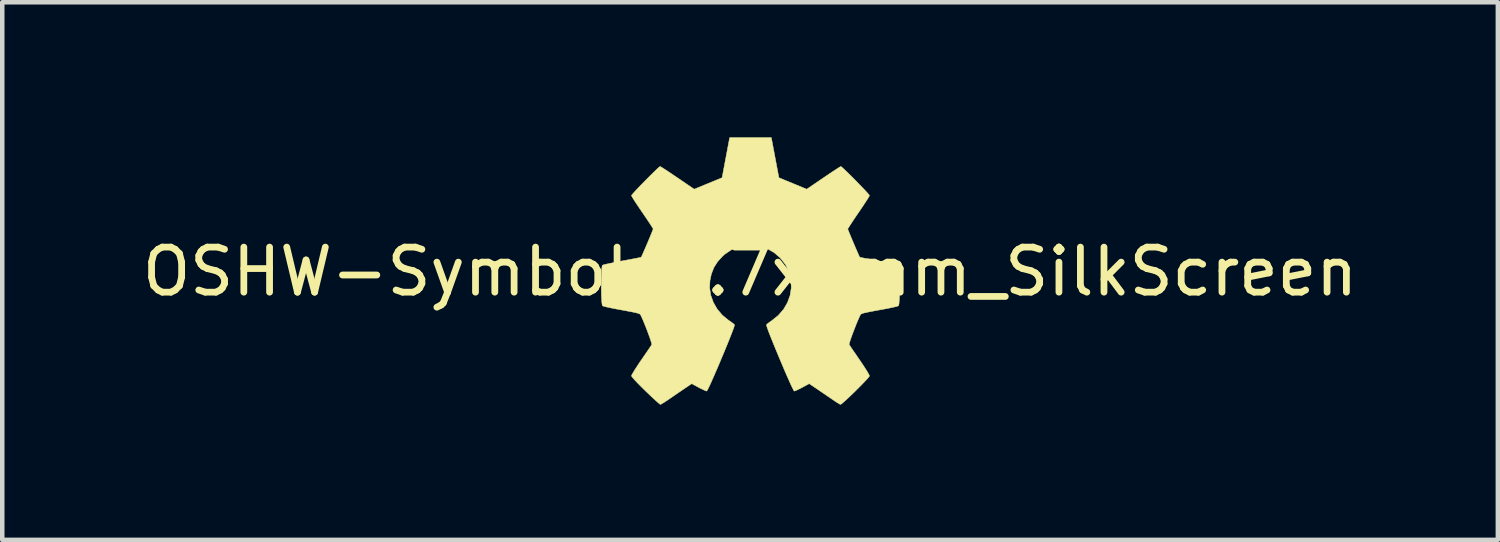
<source format=kicad_pcb>
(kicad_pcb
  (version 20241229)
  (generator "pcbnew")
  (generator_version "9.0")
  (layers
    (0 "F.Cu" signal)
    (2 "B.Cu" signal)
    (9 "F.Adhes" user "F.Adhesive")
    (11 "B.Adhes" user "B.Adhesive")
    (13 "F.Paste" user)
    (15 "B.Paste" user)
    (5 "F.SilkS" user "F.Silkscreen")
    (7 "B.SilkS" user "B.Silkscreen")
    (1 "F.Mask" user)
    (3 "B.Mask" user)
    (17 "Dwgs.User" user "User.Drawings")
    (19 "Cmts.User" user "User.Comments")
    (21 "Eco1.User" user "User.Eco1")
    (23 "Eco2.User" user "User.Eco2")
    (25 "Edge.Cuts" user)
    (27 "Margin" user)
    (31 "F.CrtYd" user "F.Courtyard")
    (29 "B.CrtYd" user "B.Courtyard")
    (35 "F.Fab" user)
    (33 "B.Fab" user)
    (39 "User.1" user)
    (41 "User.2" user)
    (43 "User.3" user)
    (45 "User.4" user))
  (footprint "OSHW-Symbol_6.7x6mm_SilkScreen"
    (layer "F.Cu")
    (at 13.601 2.981)
    (property "Reference" "OSHW-Symbol_6.7x6mm_SilkScreen" (at 0 0 0) (layer "F.SilkS") (effects (font (size 1 1) (thickness 0.15))))
    (attr exclude_from_pos_files exclude_from_bom)
    (fp_poly (pts (xy 0.556 -2.531) (xy 0.64 -2.086) (xy 0.949 -1.959) (xy 1.258 -1.831) (xy 1.629 -2.084) (xy 1.733 -2.154) (xy 1.827 -2.217) (xy 1.907 -2.269) (xy 1.967 -2.308) (xy 2.005 -2.331) (xy 2.015 -2.336) (xy 2.034 -2.323) (xy 2.073 -2.288) (xy 2.13 -2.235) (xy 2.198 -2.168) (xy 2.274 -2.093) (xy 2.353 -2.013) (xy 2.431 -1.932) (xy 2.504 -1.857) (xy 2.567 -1.79) (xy 2.615 -1.737) (xy 2.644 -1.702) (xy 2.651 -1.69) (xy 2.641 -1.669) (xy 2.613 -1.621) (xy 2.569 -1.553) (xy 2.513 -1.468) (xy 2.448 -1.371) (xy 2.41 -1.316) (xy 2.341 -1.215) (xy 2.28 -1.124) (xy 2.23 -1.047) (xy 2.193 -0.989) (xy 2.172 -0.955) (xy 2.169 -0.948) (xy 2.176 -0.927) (xy 2.195 -0.879) (xy 2.223 -0.811) (xy 2.257 -0.729) (xy 2.295 -0.64) (xy 2.333 -0.55) (xy 2.369 -0.467) (xy 2.4 -0.396) (xy 2.423 -0.346) (xy 2.435 -0.322) (xy 2.436 -0.321) (xy 2.455 -0.316) (xy 2.505 -0.306) (xy 2.581 -0.291) (xy 2.678 -0.272) (xy 2.791 -0.251) (xy 2.856 -0.239) (xy 2.977 -0.216) (xy 3.086 -0.194) (xy 3.177 -0.174) (xy 3.246 -0.158) (xy 3.287 -0.147) (xy 3.296 -0.143) (xy 3.304 -0.119) (xy 3.31 -0.064) (xy 3.315 0.015) (xy 3.318 0.112) (xy 3.32 0.22) (xy 3.321 0.333) (xy 3.319 0.445) (xy 3.317 0.549) (xy 3.312 0.638) (xy 3.307 0.707) (xy 3.299 0.748) (xy 3.295 0.757) (xy 3.269 0.767) (xy 3.213 0.782) (xy 3.136 0.799) (xy 3.044 0.818) (xy 3.012 0.824) (xy 2.858 0.852) (xy 2.735 0.875) (xy 2.642 0.893) (xy 2.572 0.908) (xy 2.523 0.919) (xy 2.491 0.929) (xy 2.471 0.938) (xy 2.459 0.947) (xy 2.457 0.948) (xy 2.44 0.976) (xy 2.415 1.031) (xy 2.383 1.105) (xy 2.347 1.192) (xy 2.311 1.286) (xy 2.275 1.379) (xy 2.244 1.466) (xy 2.219 1.539) (xy 2.203 1.592) (xy 2.199 1.618) (xy 2.2 1.619) (xy 2.214 1.64) (xy 2.245 1.687) (xy 2.291 1.755) (xy 2.349 1.838) (xy 2.413 1.933) (xy 2.432 1.96) (xy 2.498 2.057) (xy 2.556 2.146) (xy 2.603 2.221) (xy 2.635 2.278) (xy 2.651 2.311) (xy 2.651 2.315) (xy 2.638 2.336) (xy 2.603 2.377) (xy 2.549 2.435) (xy 2.482 2.505) (xy 2.406 2.582) (xy 2.326 2.662) (xy 2.245 2.74) (xy 2.17 2.811) (xy 2.103 2.872) (xy 2.051 2.918) (xy 2.017 2.944) (xy 2.008 2.948) (xy 1.986 2.938) (xy 1.941 2.911) (xy 1.88 2.872) (xy 1.834 2.84) (xy 1.749 2.782) (xy 1.65 2.714) (xy 1.549 2.646) (xy 1.496 2.609) (xy 1.313 2.486) (xy 1.16 2.569) (xy 1.091 2.605) (xy 1.031 2.633) (xy 0.991 2.649) (xy 0.981 2.651) (xy 0.969 2.635) (xy 0.945 2.588) (xy 0.91 2.516) (xy 0.868 2.422) (xy 0.818 2.31) (xy 0.764 2.186) (xy 0.708 2.053) (xy 0.65 1.916) (xy 0.593 1.779) (xy 0.538 1.646) (xy 0.488 1.522) (xy 0.443 1.411) (xy 0.407 1.317) (xy 0.381 1.244) (xy 0.366 1.197) (xy 0.363 1.181) (xy 0.382 1.16) (xy 0.424 1.127) (xy 0.48 1.088) (xy 0.484 1.085) (xy 0.628 0.969) (xy 0.744 0.835) (xy 0.831 0.686) (xy 0.889 0.526) (xy 0.915 0.36) (xy 0.91 0.192) (xy 0.871 0.026) (xy 0.799 -0.134) (xy 0.778 -0.169) (xy 0.667 -0.309) (xy 0.536 -0.422) (xy 0.39 -0.507) (xy 0.233 -0.563) (xy 0.069 -0.589) (xy -0.097 -0.585) (xy -0.26 -0.551) (xy -0.416 -0.485) (xy -0.56 -0.388) (xy -0.605 -0.348) (xy -0.719 -0.224) (xy -0.802 -0.094) (xy -0.859 0.052) (xy -0.89 0.197) (xy -0.898 0.36) (xy -0.872 0.523) (xy -0.815 0.682) (xy -0.729 0.831) (xy -0.617 0.964) (xy -0.482 1.075) (xy -0.464 1.087) (xy -0.408 1.126) (xy -0.365 1.159) (xy -0.345 1.18) (xy -0.344 1.181) (xy -0.349 1.204) (xy -0.366 1.256) (xy -0.395 1.333) (xy -0.433 1.431) (xy -0.478 1.545) (xy -0.53 1.672) (xy -0.585 1.806) (xy -0.643 1.943) (xy -0.7 2.08) (xy -0.757 2.211) (xy -0.81 2.333) (xy -0.858 2.441) (xy -0.899 2.532) (xy -0.932 2.599) (xy -0.954 2.64) (xy -0.963 2.651) (xy -0.99 2.643) (xy -1.04 2.62) (xy -1.106 2.588) (xy -1.142 2.569) (xy -1.295 2.486) (xy -1.477 2.609) (xy -1.57 2.672) (xy -1.672 2.742) (xy -1.767 2.807) (xy -1.815 2.84) (xy -1.882 2.885) (xy -1.939 2.921) (xy -1.979 2.943) (xy -1.991 2.948) (xy -2.01 2.935) (xy -2.051 2.9) (xy -2.11 2.847) (xy -2.185 2.778) (xy -2.269 2.698) (xy -2.323 2.646) (xy -2.416 2.554) (xy -2.497 2.472) (xy -2.562 2.403) (xy -2.608 2.351) (xy -2.631 2.319) (xy -2.633 2.312) (xy -2.623 2.287) (xy -2.594 2.237) (xy -2.551 2.167) (xy -2.496 2.082) (xy -2.432 1.986) (xy -2.413 1.96) (xy -2.347 1.863) (xy -2.287 1.776) (xy -2.238 1.704) (xy -2.202 1.65) (xy -2.183 1.622) (xy -2.181 1.619) (xy -2.184 1.596) (xy -2.199 1.545) (xy -2.223 1.474) (xy -2.253 1.389) (xy -2.288 1.296) (xy -2.325 1.202) (xy -2.361 1.113) (xy -2.393 1.038) (xy -2.419 0.981) (xy -2.437 0.95) (xy -2.438 0.948) (xy -2.449 0.94) (xy -2.468 0.931) (xy -2.498 0.921) (xy -2.543 0.91) (xy -2.608 0.896) (xy -2.697 0.879) (xy -2.813 0.857) (xy -2.962 0.83) (xy -2.994 0.824) (xy -3.089 0.805) (xy -3.172 0.787) (xy -3.235 0.772) (xy -3.271 0.76) (xy -3.276 0.757) (xy -3.284 0.732) (xy -3.291 0.677) (xy -3.296 0.597) (xy -3.3 0.5) (xy -3.302 0.392) (xy -3.302 0.279) (xy -3.301 0.167) (xy -3.298 0.064) (xy -3.294 -0.026) (xy -3.289 -0.094) (xy -3.281 -0.135) (xy -3.277 -0.143) (xy -3.253 -0.152) (xy -3.197 -0.166) (xy -3.117 -0.183) (xy -3.016 -0.204) (xy -2.901 -0.227) (xy -2.838 -0.239) (xy -2.719 -0.261) (xy -2.613 -0.281) (xy -2.524 -0.298) (xy -2.46 -0.311) (xy -2.423 -0.319) (xy -2.417 -0.321) (xy -2.407 -0.34) (xy -2.386 -0.387) (xy -2.356 -0.455) (xy -2.32 -0.537) (xy -2.282 -0.626) (xy -2.244 -0.716) (xy -2.209 -0.8) (xy -2.18 -0.871) (xy -2.16 -0.922) (xy -2.151 -0.948) (xy -2.151 -0.949) (xy -2.161 -0.968) (xy -2.189 -1.014) (xy -2.233 -1.081) (xy -2.289 -1.165) (xy -2.354 -1.261) (xy -2.392 -1.316) (xy -2.461 -1.418) (xy -2.522 -1.509) (xy -2.573 -1.587) (xy -2.61 -1.647) (xy -2.63 -1.683) (xy -2.633 -1.691) (xy -2.62 -1.709) (xy -2.585 -1.75) (xy -2.533 -1.807) (xy -2.467 -1.876) (xy -2.393 -1.953) (xy -2.314 -2.033) (xy -2.235 -2.113) (xy -2.16 -2.187) (xy -2.095 -2.25) (xy -2.043 -2.299) (xy -2.008 -2.329) (xy -1.996 -2.336) (xy -1.978 -2.326) (xy -1.933 -2.298) (xy -1.866 -2.255) (xy -1.781 -2.199) (xy -1.684 -2.133) (xy -1.611 -2.084) (xy -1.24 -1.831) (xy -0.621 -2.086) (xy -0.537 -2.531) (xy -0.453 -2.976) (xy 0.472 -2.976) (xy 0.556 -2.531)) (stroke (width 0.01) (type solid)) (fill yes) (layer "F.SilkS")))
  (gr_rect
    (start -3 -3)
    (end 30.202 8.934)
    (stroke (width 0.1) (type default))
    (fill no)
    (layer "Edge.Cuts")))
</source>
